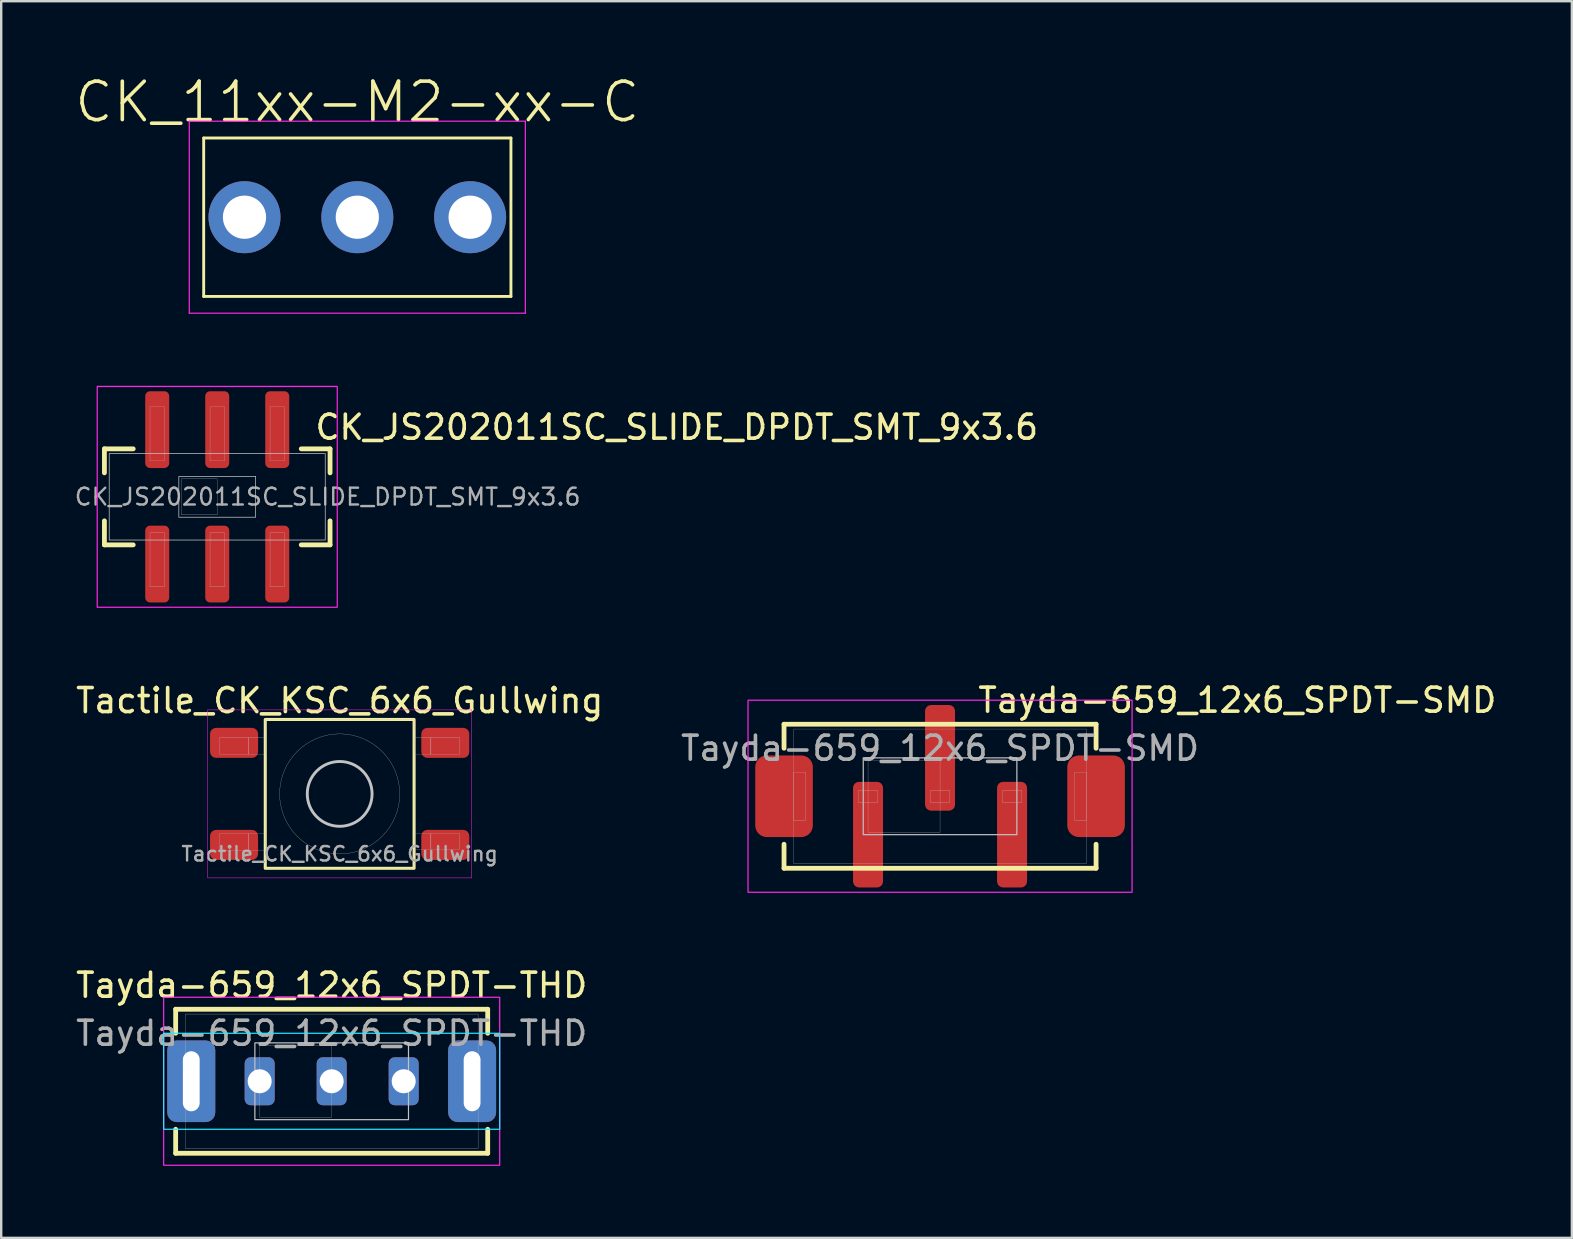
<source format=kicad_pcb>
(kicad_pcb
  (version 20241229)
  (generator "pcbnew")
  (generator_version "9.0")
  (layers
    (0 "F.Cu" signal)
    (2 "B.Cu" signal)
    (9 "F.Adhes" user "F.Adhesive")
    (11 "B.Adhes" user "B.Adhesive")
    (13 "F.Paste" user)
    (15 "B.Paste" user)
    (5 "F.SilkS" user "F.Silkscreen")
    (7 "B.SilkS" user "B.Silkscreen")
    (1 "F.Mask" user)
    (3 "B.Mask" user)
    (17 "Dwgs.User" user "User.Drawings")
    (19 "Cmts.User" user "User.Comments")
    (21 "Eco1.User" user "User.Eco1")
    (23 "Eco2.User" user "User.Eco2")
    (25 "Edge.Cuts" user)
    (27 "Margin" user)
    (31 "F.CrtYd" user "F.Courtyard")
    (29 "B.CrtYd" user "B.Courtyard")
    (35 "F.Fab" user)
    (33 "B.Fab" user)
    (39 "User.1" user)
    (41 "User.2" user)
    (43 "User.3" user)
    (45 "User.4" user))
  (footprint "Tayda-659_12x6_SPDT-SMD"
    (layer "F.Cu")
    (at 36.113 30.122)
    (property "Reference" "Tayda-659_12x6_SPDT-SMD" (at 1.5 -4 0) (unlocked yes) (layer "F.SilkS") (effects (font (size 1 1) (thickness 0.15)) (justify left)))
    (attr smd)
    (fp_line (start -6.5 -3) (end 6.5 -3) (stroke (width 0.2) (type default)) (layer "F.SilkS"))
    (fp_line (start -6.5 -2) (end -6.5 -3) (stroke (width 0.2) (type default)) (layer "F.SilkS"))
    (fp_line (start -6.5 2) (end -6.5 3) (stroke (width 0.2) (type default)) (layer "F.SilkS"))
    (fp_line (start -6.5 3) (end 6.5 3) (stroke (width 0.2) (type default)) (layer "F.SilkS"))
    (fp_line (start 6.5 -3) (end 6.5 -2) (stroke (width 0.2) (type default)) (layer "F.SilkS"))
    (fp_line (start 6.5 3) (end 6.5 2) (stroke (width 0.2) (type default)) (layer "F.SilkS"))
    (fp_rect (start -6.1 -2.8) (end 6.1 2.8) (stroke (width 0.01) (type solid)) (fill no) (layer "Dwgs.User"))
    (fp_rect (start -6.1 -1) (end -5.6 1) (stroke (width 0.01) (type solid)) (fill no) (layer "Dwgs.User"))
    (fp_rect (start -3.4 -0.25) (end -2.6 0.25) (stroke (width 0.01) (type solid)) (fill no) (layer "Dwgs.User"))
    (fp_rect (start -3.2 -1.6) (end 3.2 1.6) (stroke (width 0.05) (type solid)) (fill no) (layer "Dwgs.User"))
    (fp_rect (start -3 -1.5) (end 0 1.5) (stroke (width 0.01) (type solid)) (fill no) (layer "Dwgs.User"))
    (fp_rect (start -0.4 -0.25) (end 0.4 0.25) (stroke (width 0.01) (type solid)) (fill no) (layer "Dwgs.User"))
    (fp_rect (start 2.6 -0.25) (end 3.4 0.25) (stroke (width 0.01) (type solid)) (fill no) (layer "Dwgs.User"))
    (fp_rect (start 5.6 -1) (end 6.1 1) (stroke (width 0.01) (type solid)) (fill no) (layer "Dwgs.User"))
    (fp_rect (start -8 -4) (end 8 4) (stroke (width 0.05) (type solid)) (fill no) (layer "F.CrtYd"))
    (fp_text user "${REFERENCE}" (at 0 -2 0) (unlocked yes) (layer "F.Fab") (effects (font (size 1 1) (thickness 0.15))))
    (pad "1" smd roundrect (at -3 1.6 90) (size 4.4 1.25) (layers "F.Cu" "F.Mask" "F.Paste") (roundrect_rratio 0.2))
    (pad "2" smd roundrect (at 0 -1.6 90) (size 4.4 1.25) (layers "F.Cu" "F.Mask" "F.Paste") (roundrect_rratio 0.2))
    (pad "3" smd roundrect (at 3 1.6 90) (size 4.4 1.25) (layers "F.Cu" "F.Mask" "F.Paste") (roundrect_rratio 0.2))
    (pad "MTG" smd roundrect (at -6.5 0 90) (size 3.4 2.4) (layers "F.Cu" "F.Mask" "F.Paste") (roundrect_rratio 0.2))
    (pad "MTG2" smd roundrect (at 6.5 0 90) (size 3.4 2.4) (layers "F.Cu" "F.Mask" "F.Paste") (roundrect_rratio 0.2)))
  (footprint "Tayda-659_12x6_SPDT-THD"
    (layer "F.Cu")
    (at 10.768 41.996)
    (property "Reference" "Tayda-659_12x6_SPDT-THD" (at 0 -4 0) (unlocked yes) (layer "F.SilkS") (effects (font (size 1 1) (thickness 0.15))))
    (attr smd)
    (fp_line (start -6.5 -3) (end 6.5 -3) (stroke (width 0.2) (type default)) (layer "F.SilkS"))
    (fp_line (start -6.5 -2) (end -6.5 -3) (stroke (width 0.2) (type default)) (layer "F.SilkS"))
    (fp_line (start -6.5 2) (end -6.5 3) (stroke (width 0.2) (type default)) (layer "F.SilkS"))
    (fp_line (start -6.5 3) (end 6.5 3) (stroke (width 0.2) (type default)) (layer "F.SilkS"))
    (fp_line (start 6.5 -3) (end 6.5 -2) (stroke (width 0.2) (type default)) (layer "F.SilkS"))
    (fp_line (start 6.5 3) (end 6.5 2) (stroke (width 0.2) (type default)) (layer "F.SilkS"))
    (fp_rect (start -6.1 -2.8) (end 6.1 2.8) (stroke (width 0.01) (type solid)) (fill no) (layer "Dwgs.User"))
    (fp_rect (start -6.1 -1) (end -5.6 1) (stroke (width 0.01) (type solid)) (fill no) (layer "Dwgs.User"))
    (fp_rect (start -3.4 -0.25) (end -2.6 0.25) (stroke (width 0.01) (type solid)) (fill no) (layer "Dwgs.User"))
    (fp_rect (start -3.2 -1.6) (end 3.2 1.6) (stroke (width 0.05) (type solid)) (fill no) (layer "Dwgs.User"))
    (fp_rect (start -3 -1.5) (end 0 1.5) (stroke (width 0.01) (type solid)) (fill no) (layer "Dwgs.User"))
    (fp_rect (start -0.4 -0.25) (end 0.4 0.25) (stroke (width 0.01) (type solid)) (fill no) (layer "Dwgs.User"))
    (fp_rect (start 2.6 -0.25) (end 3.4 0.25) (stroke (width 0.01) (type solid)) (fill no) (layer "Dwgs.User"))
    (fp_rect (start 5.6 -1) (end 6.1 1) (stroke (width 0.01) (type solid)) (fill no) (layer "Dwgs.User"))
    (fp_rect (start -7 -2) (end 7 2) (stroke (width 0.05) (type default)) (fill no) (layer "B.CrtYd"))
    (fp_rect (start -7 -3.5) (end 7 3.5) (stroke (width 0.05) (type default)) (fill no) (layer "F.CrtYd"))
    (fp_text user "${REFERENCE}" (at 0 -2 0) (unlocked yes) (layer "F.Fab") (effects (font (size 1 1) (thickness 0.15))))
    (pad "1" thru_hole roundrect (at -3 0 90) (size 2 1.25) (drill 1) (layers "*.Cu" "F.Mask" "F.Paste") (roundrect_rratio 0.2))
    (pad "2" thru_hole roundrect (at 0 0 90) (size 2 1.25) (drill 1) (layers "*.Cu" "F.Mask" "F.Paste") (roundrect_rratio 0.2))
    (pad "3" thru_hole roundrect (at 3 0 90) (size 2 1.25) (drill 1) (layers "*.Cu" "F.Mask" "F.Paste") (roundrect_rratio 0.2))
    (pad "MTG1" thru_hole roundrect (at -5.85 0 90) (size 3.4 2) (drill oval 2.5 0.7) (layers "*.Cu" "F.Mask" "F.Paste") (roundrect_rratio 0.2))
    (pad "MTG2" thru_hole roundrect (at 5.85 0 90) (size 3.4 2) (drill oval 2.5 0.7) (layers "*.Cu" "F.Mask" "F.Paste") (roundrect_rratio 0.2)))
  (footprint "Tactile_CK_KSC_6x6_Gullwing"
    (layer "F.Cu")
    (at 11.101 30.024)
    (property "Reference" "Tactile_CK_KSC_6x6_Gullwing" (at 0 -3.3 0) (unlocked yes) (layer "F.SilkS") (effects (font (size 1 1) (thickness 0.15)) (justify bottom)))
    (attr smd)
    (fp_rect (start -3.1 -3.1) (end 3.1 3.1) (stroke (width 0.127) (type solid)) (fill no) (layer "F.SilkS"))
    (fp_rect (start -5 -2.35) (end -3.8 -1.65) (stroke (width 0.01) (type solid)) (fill no) (layer "Dwgs.User"))
    (fp_rect (start -5 1.65) (end -3.8 2.35) (stroke (width 0.01) (type solid)) (fill no) (layer "Dwgs.User"))
    (fp_rect (start -3.8 -2.35) (end -3.1 -1.65) (stroke (width 0.01) (type solid)) (fill no) (layer "Dwgs.User"))
    (fp_rect (start -3.8 1.65) (end -3.1 2.35) (stroke (width 0.01) (type solid)) (fill no) (layer "Dwgs.User"))
    (fp_rect (start -3.1 -3.1) (end 3.1 3.1) (stroke (width 0.01) (type solid)) (fill no) (layer "Dwgs.User"))
    (fp_rect (start 3.8 -2.35) (end 3.1 -1.65) (stroke (width 0.01) (type solid)) (fill no) (layer "Dwgs.User"))
    (fp_rect (start 3.8 1.65) (end 3.1 2.3) (stroke (width 0.01) (type solid)) (fill no) (layer "Dwgs.User"))
    (fp_rect (start 5 -2.35) (end 3.8 -1.65) (stroke (width 0.01) (type solid)) (fill no) (layer "Dwgs.User"))
    (fp_rect (start 5 1.65) (end 3.8 2.3) (stroke (width 0.01) (type solid)) (fill no) (layer "Dwgs.User"))
    (fp_circle (center 0 0) (end 0 -2.5) (stroke (width 0.01) (type solid)) (fill no) (layer "Dwgs.User"))
    (fp_circle (center 0 0) (end 1.35 0) (stroke (width 0.12) (type solid)) (fill no) (layer "Dwgs.User"))
    (fp_rect (start -5.5 -3.5) (end 5.5 3.5) (stroke (width 0.02) (type solid)) (fill no) (layer "F.CrtYd"))
    (fp_text user "${REFERENCE}" (at 0 2.5 0) (unlocked yes) (layer "F.Fab") (effects (font (size 0.6 0.6) (thickness 0.1) (bold yes))))
    (pad "1A" smd roundrect (at -4.4 -2.125) (size 2 1.25) (layers "F.Cu" "F.Mask" "F.Paste") (roundrect_rratio 0.2))
    (pad "1B" smd roundrect (at 4.4 -2.125) (size 2 1.25) (layers "F.Cu" "F.Mask" "F.Paste") (roundrect_rratio 0.2))
    (pad "2A" smd roundrect (at -4.4 2.125) (size 2 1.25) (layers "F.Cu" "F.Mask" "F.Paste") (roundrect_rratio 0.2))
    (pad "2B" smd roundrect (at 4.4 2.125) (size 2 1.25) (layers "F.Cu" "F.Mask" "F.Paste") (roundrect_rratio 0.2)))
  (footprint "CK_JS202011SC_SLIDE_DPDT_SMT_9x3.6"
    (layer "F.Cu")
    (at 6 17.649)
    (property "Reference" "CK_JS202011SC_SLIDE_DPDT_SMT_9x3.6" (at 4 -2.9 0) (unlocked yes) (layer "F.SilkS") (effects (font (size 1 1) (thickness 0.15)) (justify left)))
    (attr smd)
    (fp_line (start -4.7 -2) (end -3.5 -2) (stroke (width 0.2) (type default)) (layer "F.SilkS"))
    (fp_line (start -4.7 -1) (end -4.7 -2) (stroke (width 0.2) (type default)) (layer "F.SilkS"))
    (fp_line (start -4.7 1) (end -4.7 2) (stroke (width 0.2) (type default)) (layer "F.SilkS"))
    (fp_line (start -4.7 2) (end -3.5 2) (stroke (width 0.2) (type default)) (layer "F.SilkS"))
    (fp_line (start 3.5 -2) (end 4.7 -2) (stroke (width 0.2) (type default)) (layer "F.SilkS"))
    (fp_line (start 3.5 2) (end 4.7 2) (stroke (width 0.2) (type default)) (layer "F.SilkS"))
    (fp_line (start 4.7 -2) (end 4.7 -1) (stroke (width 0.2) (type default)) (layer "F.SilkS"))
    (fp_line (start 4.7 2) (end 4.7 1) (stroke (width 0.2) (type default)) (layer "F.SilkS"))
    (fp_rect (start -4.5 -1.8) (end 4.5 1.8) (stroke (width 0.03) (type solid)) (fill no) (layer "Dwgs.User"))
    (fp_rect (start -2.8 -3.75) (end -2.2 -1.5) (stroke (width 0.01) (type solid)) (fill no) (layer "Dwgs.User"))
    (fp_rect (start -2.8 1.5) (end -2.2 3.75) (stroke (width 0.01) (type solid)) (fill no) (layer "Dwgs.User"))
    (fp_rect (start -1.6 -0.85) (end 1.6 0.85) (stroke (width 0.03) (type solid)) (fill no) (layer "Dwgs.User"))
    (fp_rect (start -1.5 -0.75) (end 0 0.75) (stroke (width 0.01) (type solid)) (fill no) (layer "Dwgs.User"))
    (fp_rect (start -0.3 -3.75) (end 0.3 -1.5) (stroke (width 0.01) (type solid)) (fill no) (layer "Dwgs.User"))
    (fp_rect (start -0.3 1.5) (end 0.3 3.75) (stroke (width 0.01) (type solid)) (fill no) (layer "Dwgs.User"))
    (fp_rect (start 2.2 -3.75) (end 2.8 -1.5) (stroke (width 0.01) (type solid)) (fill no) (layer "Dwgs.User"))
    (fp_rect (start 2.2 1.5) (end 2.8 3.75) (stroke (width 0.01) (type solid)) (fill no) (layer "Dwgs.User"))
    (fp_rect (start -5 -4.6) (end 5 4.6) (stroke (width 0.05) (type solid)) (fill no) (layer "F.CrtYd"))
    (fp_text user "${REFERENCE}" (at -6 0 0) (unlocked yes) (layer "F.Fab") (effects (font (size 0.7 0.7) (thickness 0.1)) (justify left)))
    (pad "1" smd roundrect (at -2.5 2.8 90) (size 3.2 1) (layers "F.Cu" "F.Mask" "F.Paste") (roundrect_rratio 0.2))
    (pad "2" smd roundrect (at 0 2.8 90) (size 3.2 1) (layers "F.Cu" "F.Mask" "F.Paste") (roundrect_rratio 0.2))
    (pad "3" smd roundrect (at 2.5 2.8 90) (size 3.2 1) (layers "F.Cu" "F.Mask" "F.Paste") (roundrect_rratio 0.2))
    (pad "4" smd roundrect (at -2.5 -2.8 90) (size 3.2 1) (layers "F.Cu" "F.Mask" "F.Paste") (roundrect_rratio 0.2))
    (pad "5" smd roundrect (at 0 -2.8 90) (size 3.2 1) (layers "F.Cu" "F.Mask" "F.Paste") (roundrect_rratio 0.2))
    (pad "6" smd roundrect (at 2.5 -2.8 90) (size 3.2 1) (layers "F.Cu" "F.Mask" "F.Paste") (roundrect_rratio 0.2)))
  (footprint "CK_11xx-M2-xx-C"
    (layer "F.Cu")
    (at 11.836 5.999)
    (property "Reference" "CK_11xx-M2-xx-C" (at 0 -4.8 0) (layer "F.SilkS") (effects (font (size 1.6 1.6) (thickness 0.15))))
    (attr through_hole)
    (fp_line (start -6.4 -3.3) (end -6.4 3.3) (stroke (width 0.12) (type solid)) (layer "F.SilkS"))
    (fp_line (start -6.4 -3.3) (end 6.4 -3.3) (stroke (width 0.12) (type solid)) (layer "F.SilkS"))
    (fp_line (start 6.4 -3.3) (end 6.4 3.3) (stroke (width 0.12) (type solid)) (layer "F.SilkS"))
    (fp_line (start 6.4 3.3) (end -6.4 3.3) (stroke (width 0.12) (type solid)) (layer "F.SilkS"))
    (fp_line (start -7 -4) (end 7 -4) (stroke (width 0.05) (type solid)) (layer "F.CrtYd"))
    (fp_line (start -7 4) (end -7 -4) (stroke (width 0.05) (type solid)) (layer "F.CrtYd"))
    (fp_line (start 7 -4) (end 7 4) (stroke (width 0.05) (type solid)) (layer "F.CrtYd"))
    (fp_line (start 7 4) (end -7 4) (stroke (width 0.05) (type solid)) (layer "F.CrtYd"))
    (pad "1" thru_hole circle (at -4.7 0) (size 3 3) (drill 1.8) (layers "*.Cu" "*.Mask"))
    (pad "2" thru_hole circle (at 0 0) (size 3 3) (drill 1.8) (layers "*.Cu" "*.Mask"))
    (pad "3" thru_hole circle (at 4.7 0) (size 3 3) (drill 1.8) (layers "*.Cu" "*.Mask")))
  (gr_rect
    (start -3 -3)
    (end 62.435 48.521)
    (stroke (width 0.1) (type default))
    (fill no)
    (layer "Edge.Cuts")))
</source>
